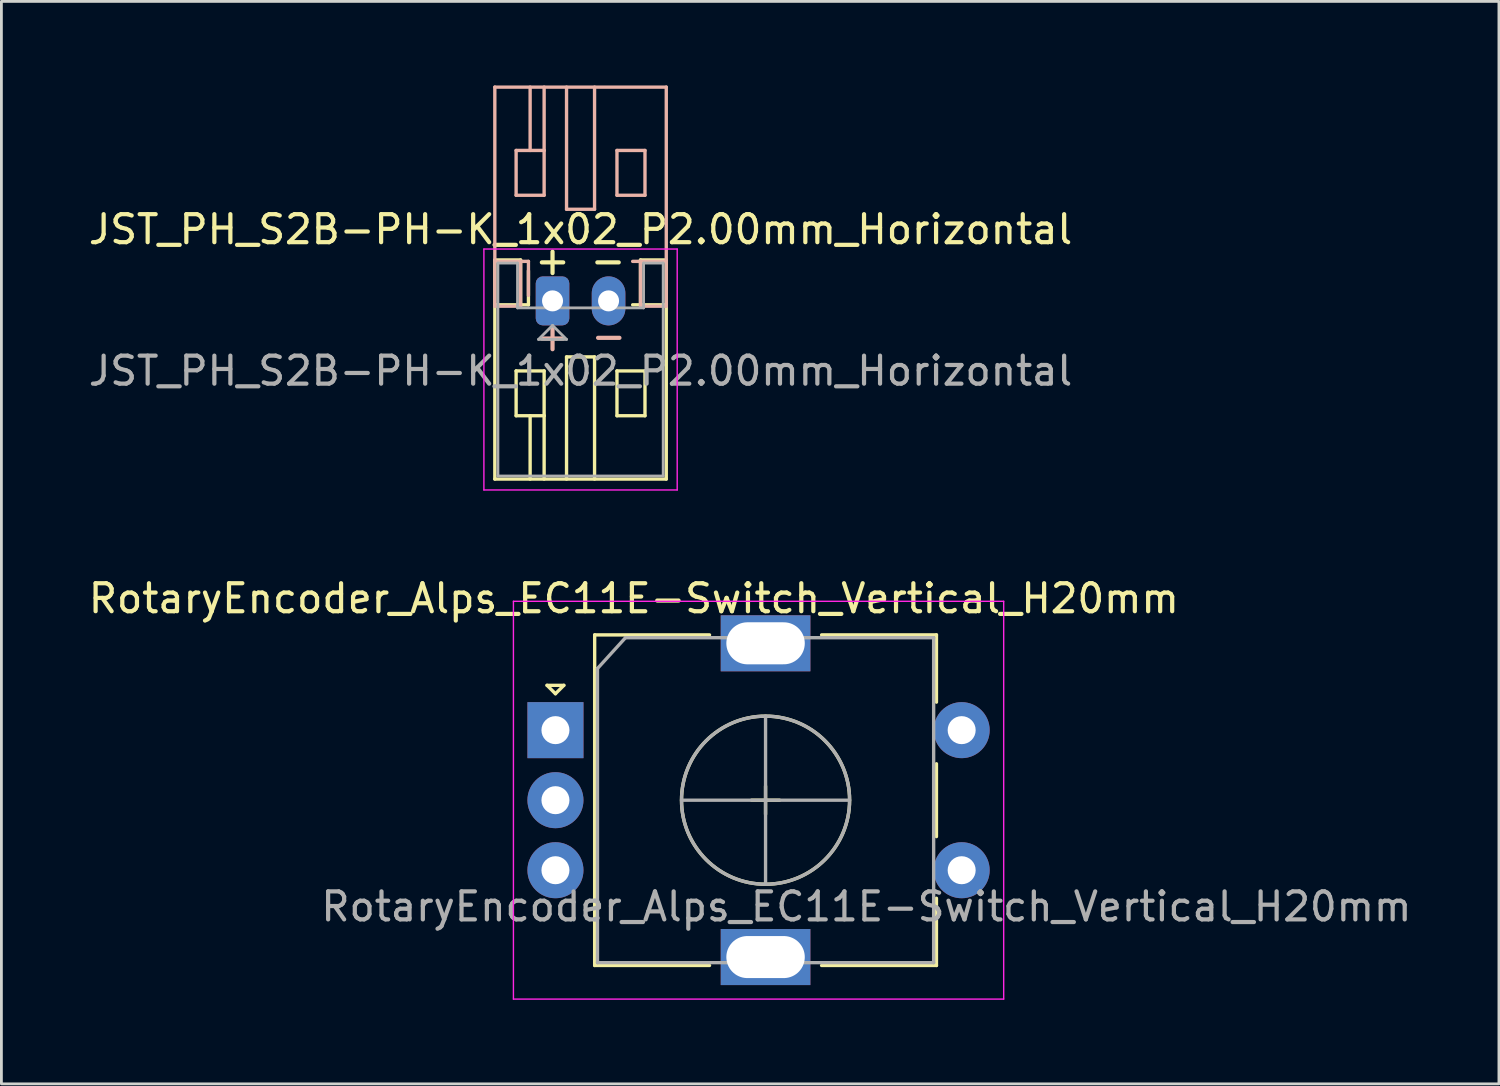
<source format=kicad_pcb>
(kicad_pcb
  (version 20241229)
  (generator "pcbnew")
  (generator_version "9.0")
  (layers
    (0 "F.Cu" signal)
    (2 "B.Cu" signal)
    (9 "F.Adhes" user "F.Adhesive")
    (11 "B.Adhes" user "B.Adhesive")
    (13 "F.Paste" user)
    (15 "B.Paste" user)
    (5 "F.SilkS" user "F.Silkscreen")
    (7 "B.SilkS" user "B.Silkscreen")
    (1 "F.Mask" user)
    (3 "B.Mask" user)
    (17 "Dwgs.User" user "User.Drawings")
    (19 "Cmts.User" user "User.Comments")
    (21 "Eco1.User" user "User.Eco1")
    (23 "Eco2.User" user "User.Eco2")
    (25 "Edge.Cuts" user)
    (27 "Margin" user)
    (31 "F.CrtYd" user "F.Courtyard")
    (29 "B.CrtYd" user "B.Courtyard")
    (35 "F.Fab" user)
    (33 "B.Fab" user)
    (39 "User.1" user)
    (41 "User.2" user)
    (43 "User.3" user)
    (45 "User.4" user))
  (footprint "JST_PH_S2B-PH-K_1x02_P2.00mm_Horizontal"
    (layer "F.Cu")
    (at 16.673 7.69)
    (property "Reference" "JST_PH_S2B-PH-K_1x02_P2.00mm_Horizontal" (at 1 -2.55 0) (layer "F.SilkS") (effects (font (size 1 1) (thickness 0.15))))
    (attr through_hole)
    (fp_line (start -2.06 -1.46) (end -2.06 6.36) (stroke (width 0.12) (type solid)) (layer "F.SilkS"))
    (fp_line (start -2.06 0.14) (end -1.14 0.14) (stroke (width 0.12) (type solid)) (layer "F.SilkS"))
    (fp_line (start -2.06 6.36) (end 4.06 6.36) (stroke (width 0.12) (type solid)) (layer "F.SilkS"))
    (fp_line (start -1.3 2.5) (end -1.3 4.1) (stroke (width 0.12) (type solid)) (layer "F.SilkS"))
    (fp_line (start -1.3 4.1) (end -0.3 4.1) (stroke (width 0.12) (type solid)) (layer "F.SilkS"))
    (fp_line (start -1.14 -1.46) (end -2.06 -1.46) (stroke (width 0.12) (type solid)) (layer "F.SilkS"))
    (fp_line (start -1.14 0.14) (end -1.14 -1.46) (stroke (width 0.12) (type solid)) (layer "F.SilkS"))
    (fp_line (start -0.86 0.14) (end -1.14 0.14) (stroke (width 0.12) (type solid)) (layer "F.SilkS"))
    (fp_line (start -0.86 0.14) (end -0.86 -1.075) (stroke (width 0.12) (type solid)) (layer "F.SilkS"))
    (fp_line (start -0.8 4.1) (end -0.8 6.36) (stroke (width 0.12) (type solid)) (layer "F.SilkS"))
    (fp_line (start -0.3 2.5) (end -1.3 2.5) (stroke (width 0.12) (type solid)) (layer "F.SilkS"))
    (fp_line (start -0.3 4.1) (end -0.3 2.5) (stroke (width 0.12) (type solid)) (layer "F.SilkS"))
    (fp_line (start -0.3 4.1) (end -0.3 6.36) (stroke (width 0.12) (type solid)) (layer "F.SilkS"))
    (fp_line (start 0.5 2) (end 1.5 2) (stroke (width 0.12) (type solid)) (layer "F.SilkS"))
    (fp_line (start 0.5 6.36) (end 0.5 2) (stroke (width 0.12) (type solid)) (layer "F.SilkS"))
    (fp_line (start 1.5 2) (end 1.5 6.36) (stroke (width 0.12) (type solid)) (layer "F.SilkS"))
    (fp_line (start 2.3 2.5) (end 3.3 2.5) (stroke (width 0.12) (type solid)) (layer "F.SilkS"))
    (fp_line (start 2.3 4.1) (end 2.3 2.5) (stroke (width 0.12) (type solid)) (layer "F.SilkS"))
    (fp_line (start 3.14 -1.46) (end 3.14 0.14) (stroke (width 0.12) (type solid)) (layer "F.SilkS"))
    (fp_line (start 3.14 0.14) (end 2.86 0.14) (stroke (width 0.12) (type solid)) (layer "F.SilkS"))
    (fp_line (start 3.3 2.5) (end 3.3 4.1) (stroke (width 0.12) (type solid)) (layer "F.SilkS"))
    (fp_line (start 3.3 4.1) (end 2.3 4.1) (stroke (width 0.12) (type solid)) (layer "F.SilkS"))
    (fp_line (start 4.06 -1.46) (end 3.14 -1.46) (stroke (width 0.12) (type solid)) (layer "F.SilkS"))
    (fp_line (start 4.06 0.14) (end 3.14 0.14) (stroke (width 0.12) (type solid)) (layer "F.SilkS"))
    (fp_line (start 4.06 6.36) (end 4.06 -1.46) (stroke (width 0.12) (type solid)) (layer "F.SilkS"))
    (fp_line (start -2.06 -7.63) (end 4.06 -7.63) (stroke (width 0.12) (type solid)) (layer "B.SilkS"))
    (fp_line (start -2.06 -1.41) (end -1.14 -1.41) (stroke (width 0.12) (type solid)) (layer "B.SilkS"))
    (fp_line (start -2.06 0.19) (end -2.06 -7.63) (stroke (width 0.12) (type solid)) (layer "B.SilkS"))
    (fp_line (start -1.3 -5.37) (end -0.3 -5.37) (stroke (width 0.12) (type solid)) (layer "B.SilkS"))
    (fp_line (start -1.3 -3.77) (end -1.3 -5.37) (stroke (width 0.12) (type solid)) (layer "B.SilkS"))
    (fp_line (start -1.14 -1.41) (end -1.14 0.19) (stroke (width 0.12) (type solid)) (layer "B.SilkS"))
    (fp_line (start -1.14 0.19) (end -2.06 0.19) (stroke (width 0.12) (type solid)) (layer "B.SilkS"))
    (fp_line (start -0.86 -1.41) (end -1.14 -1.41) (stroke (width 0.12) (type solid)) (layer "B.SilkS"))
    (fp_line (start -0.86 -1.41) (end -0.86 -0.195) (stroke (width 0.12) (type solid)) (layer "B.SilkS"))
    (fp_line (start -0.8 -5.37) (end -0.8 -7.63) (stroke (width 0.12) (type solid)) (layer "B.SilkS"))
    (fp_line (start -0.3 -5.37) (end -0.3 -7.63) (stroke (width 0.12) (type solid)) (layer "B.SilkS"))
    (fp_line (start -0.3 -5.37) (end -0.3 -3.77) (stroke (width 0.12) (type solid)) (layer "B.SilkS"))
    (fp_line (start -0.3 -3.77) (end -1.3 -3.77) (stroke (width 0.12) (type solid)) (layer "B.SilkS"))
    (fp_line (start 0.5 -7.63) (end 0.5 -3.27) (stroke (width 0.12) (type solid)) (layer "B.SilkS"))
    (fp_line (start 0.5 -3.27) (end 1.5 -3.27) (stroke (width 0.12) (type solid)) (layer "B.SilkS"))
    (fp_line (start 1.5 -3.27) (end 1.5 -7.63) (stroke (width 0.12) (type solid)) (layer "B.SilkS"))
    (fp_line (start 2.3 -5.37) (end 2.3 -3.77) (stroke (width 0.12) (type solid)) (layer "B.SilkS"))
    (fp_line (start 2.3 -3.77) (end 3.3 -3.77) (stroke (width 0.12) (type solid)) (layer "B.SilkS"))
    (fp_line (start 3.14 -1.41) (end 2.86 -1.41) (stroke (width 0.12) (type solid)) (layer "B.SilkS"))
    (fp_line (start 3.14 0.19) (end 3.14 -1.41) (stroke (width 0.12) (type solid)) (layer "B.SilkS"))
    (fp_line (start 3.3 -5.37) (end 2.3 -5.37) (stroke (width 0.12) (type solid)) (layer "B.SilkS"))
    (fp_line (start 3.3 -3.77) (end 3.3 -5.37) (stroke (width 0.12) (type solid)) (layer "B.SilkS"))
    (fp_line (start 4.06 -7.63) (end 4.06 0.19) (stroke (width 0.12) (type solid)) (layer "B.SilkS"))
    (fp_line (start 4.06 -1.41) (end 3.14 -1.41) (stroke (width 0.12) (type solid)) (layer "B.SilkS"))
    (fp_line (start 4.06 0.19) (end 3.14 0.19) (stroke (width 0.12) (type solid)) (layer "B.SilkS"))
    (fp_line (start -2.45 -1.85) (end -2.45 6.75) (stroke (width 0.05) (type solid)) (layer "F.CrtYd"))
    (fp_line (start -2.45 6.75) (end 4.45 6.75) (stroke (width 0.05) (type solid)) (layer "F.CrtYd"))
    (fp_line (start 4.45 -1.85) (end -2.45 -1.85) (stroke (width 0.05) (type solid)) (layer "F.CrtYd"))
    (fp_line (start 4.45 6.75) (end 4.45 -1.85) (stroke (width 0.05) (type solid)) (layer "F.CrtYd"))
    (fp_line (start -1.95 -1.35) (end -1.95 6.25) (stroke (width 0.1) (type solid)) (layer "F.Fab"))
    (fp_line (start -1.95 6.25) (end 3.95 6.25) (stroke (width 0.1) (type solid)) (layer "F.Fab"))
    (fp_line (start -1.25 -1.35) (end -1.95 -1.35) (stroke (width 0.1) (type solid)) (layer "F.Fab"))
    (fp_line (start -1.25 0.25) (end -1.25 -1.35) (stroke (width 0.1) (type solid)) (layer "F.Fab"))
    (fp_line (start -0.5 1.375) (end 0.5 1.375) (stroke (width 0.1) (type solid)) (layer "F.Fab"))
    (fp_line (start 0 0.875) (end -0.5 1.375) (stroke (width 0.1) (type solid)) (layer "F.Fab"))
    (fp_line (start 0.5 1.375) (end 0 0.875) (stroke (width 0.1) (type solid)) (layer "F.Fab"))
    (fp_line (start 3.25 -1.35) (end 3.25 0.25) (stroke (width 0.1) (type solid)) (layer "F.Fab"))
    (fp_line (start 3.25 0.25) (end -1.25 0.25) (stroke (width 0.1) (type solid)) (layer "F.Fab"))
    (fp_line (start 3.95 -1.35) (end 3.25 -1.35) (stroke (width 0.1) (type solid)) (layer "F.Fab"))
    (fp_line (start 3.95 6.25) (end 3.95 -1.35) (stroke (width 0.1) (type solid)) (layer "F.Fab"))
    (fp_text user "-" (at 1.981 -1.448 0) (layer "F.SilkS") (effects (font (size 1 1) (thickness 0.15))))
    (fp_text user "+" (at 0 -1.448 0) (layer "F.SilkS") (effects (font (size 1 1) (thickness 0.15))))
    (fp_text user "+" (at 0 1.27 0) (layer "B.SilkS") (effects (font (size 1 1) (thickness 0.15))))
    (fp_text user "-" (at 2.007 1.245 0) (layer "B.SilkS") (effects (font (size 1 1) (thickness 0.15))))
    (fp_text user "${REFERENCE}" (at 1 2.5 0) (layer "F.Fab") (effects (font (size 1 1) (thickness 0.15))))
    (pad "1" thru_hole roundrect (at 0 0) (size 1.2 1.75) (drill 0.75) (layers "*.Cu" "*.Mask") (roundrect_rratio 0.208))
    (pad "2" thru_hole oval (at 2 0) (size 1.2 1.75) (drill 0.75) (layers "*.Cu" "*.Mask")))
  (footprint "RotaryEncoder_Alps_EC11E-Switch_Vertical_H20mm"
    (layer "F.Cu")
    (at 24.277 25.513)
    (property "Reference" "RotaryEncoder_Alps_EC11E-Switch_Vertical_H20mm" (at -4.7 -7.2 0) (layer "F.SilkS") (effects (font (size 1 1) (thickness 0.15))))
    (attr through_hole)
    (fp_line (start -7.8 -4.1) (end -7.2 -4.1) (stroke (width 0.12) (type solid)) (layer "F.SilkS"))
    (fp_line (start -7.5 -3.8) (end -7.8 -4.1) (stroke (width 0.12) (type solid)) (layer "F.SilkS"))
    (fp_line (start -7.2 -4.1) (end -7.5 -3.8) (stroke (width 0.12) (type solid)) (layer "F.SilkS"))
    (fp_line (start -6.1 -5.9) (end -6.1 5.9) (stroke (width 0.12) (type solid)) (layer "F.SilkS"))
    (fp_line (start -2 -5.9) (end -6.1 -5.9) (stroke (width 0.12) (type solid)) (layer "F.SilkS"))
    (fp_line (start -2 5.9) (end -6.1 5.9) (stroke (width 0.12) (type solid)) (layer "F.SilkS"))
    (fp_line (start -0.5 0) (end 0.5 0) (stroke (width 0.12) (type solid)) (layer "F.SilkS"))
    (fp_line (start 0 -0.5) (end 0 0.5) (stroke (width 0.12) (type solid)) (layer "F.SilkS"))
    (fp_line (start 2 -5.9) (end 6.1 -5.9) (stroke (width 0.12) (type solid)) (layer "F.SilkS"))
    (fp_line (start 6.1 -5.9) (end 6.1 -3.5) (stroke (width 0.12) (type solid)) (layer "F.SilkS"))
    (fp_line (start 6.1 -1.3) (end 6.1 1.3) (stroke (width 0.12) (type solid)) (layer "F.SilkS"))
    (fp_line (start 6.1 3.5) (end 6.1 5.9) (stroke (width 0.12) (type solid)) (layer "F.SilkS"))
    (fp_line (start 6.1 5.9) (end 2 5.9) (stroke (width 0.12) (type solid)) (layer "F.SilkS"))
    (fp_circle (center 0 0) (end 3 0) (stroke (width 0.12) (type solid)) (fill no) (layer "F.SilkS"))
    (fp_line (start -9 -7.1) (end -9 7.1) (stroke (width 0.05) (type solid)) (layer "F.CrtYd"))
    (fp_line (start -9 -7.1) (end 8.5 -7.1) (stroke (width 0.05) (type solid)) (layer "F.CrtYd"))
    (fp_line (start 8.5 7.1) (end -9 7.1) (stroke (width 0.05) (type solid)) (layer "F.CrtYd"))
    (fp_line (start 8.5 7.1) (end 8.5 -7.1) (stroke (width 0.05) (type solid)) (layer "F.CrtYd"))
    (fp_line (start -6 -4.7) (end -5 -5.8) (stroke (width 0.12) (type solid)) (layer "F.Fab"))
    (fp_line (start -6 5.8) (end -6 -4.7) (stroke (width 0.12) (type solid)) (layer "F.Fab"))
    (fp_line (start -5 -5.8) (end 6 -5.8) (stroke (width 0.12) (type solid)) (layer "F.Fab"))
    (fp_line (start -3 0) (end 3 0) (stroke (width 0.12) (type solid)) (layer "F.Fab"))
    (fp_line (start 0 -3) (end 0 3) (stroke (width 0.12) (type solid)) (layer "F.Fab"))
    (fp_line (start 6 -5.8) (end 6 5.8) (stroke (width 0.12) (type solid)) (layer "F.Fab"))
    (fp_line (start 6 5.8) (end -6 5.8) (stroke (width 0.12) (type solid)) (layer "F.Fab"))
    (fp_circle (center 0 0) (end 3 0) (stroke (width 0.12) (type solid)) (fill no) (layer "F.Fab"))
    (fp_text user "${REFERENCE}" (at 3.6 3.8 0) (layer "F.Fab") (effects (font (size 1 1) (thickness 0.15))))
    (pad "A" thru_hole rect (at -7.5 -2.5) (size 2 2) (drill 1) (layers "*.Cu" "*.Mask"))
    (pad "B" thru_hole circle (at -7.5 2.5) (size 2 2) (drill 1) (layers "*.Cu" "*.Mask"))
    (pad "C" thru_hole circle (at -7.5 0) (size 2 2) (drill 1) (layers "*.Cu" "*.Mask"))
    (pad "MP" thru_hole rect (at 0 -5.6) (size 3.2 2) (drill oval 2.8 1.5) (layers "*.Cu" "*.Mask"))
    (pad "MP" thru_hole rect (at 0 5.6) (size 3.2 2) (drill oval 2.8 1.5) (layers "*.Cu" "*.Mask"))
    (pad "S1" thru_hole circle (at 7 2.5) (size 2 2) (drill 1) (layers "*.Cu" "*.Mask"))
    (pad "S2" thru_hole circle (at 7 -2.5) (size 2 2) (drill 1) (layers "*.Cu" "*.Mask")))
  (gr_rect
    (start -3 -3)
    (end 50.455 35.638)
    (stroke (width 0.1) (type default))
    (fill no)
    (layer "Edge.Cuts")))
</source>
